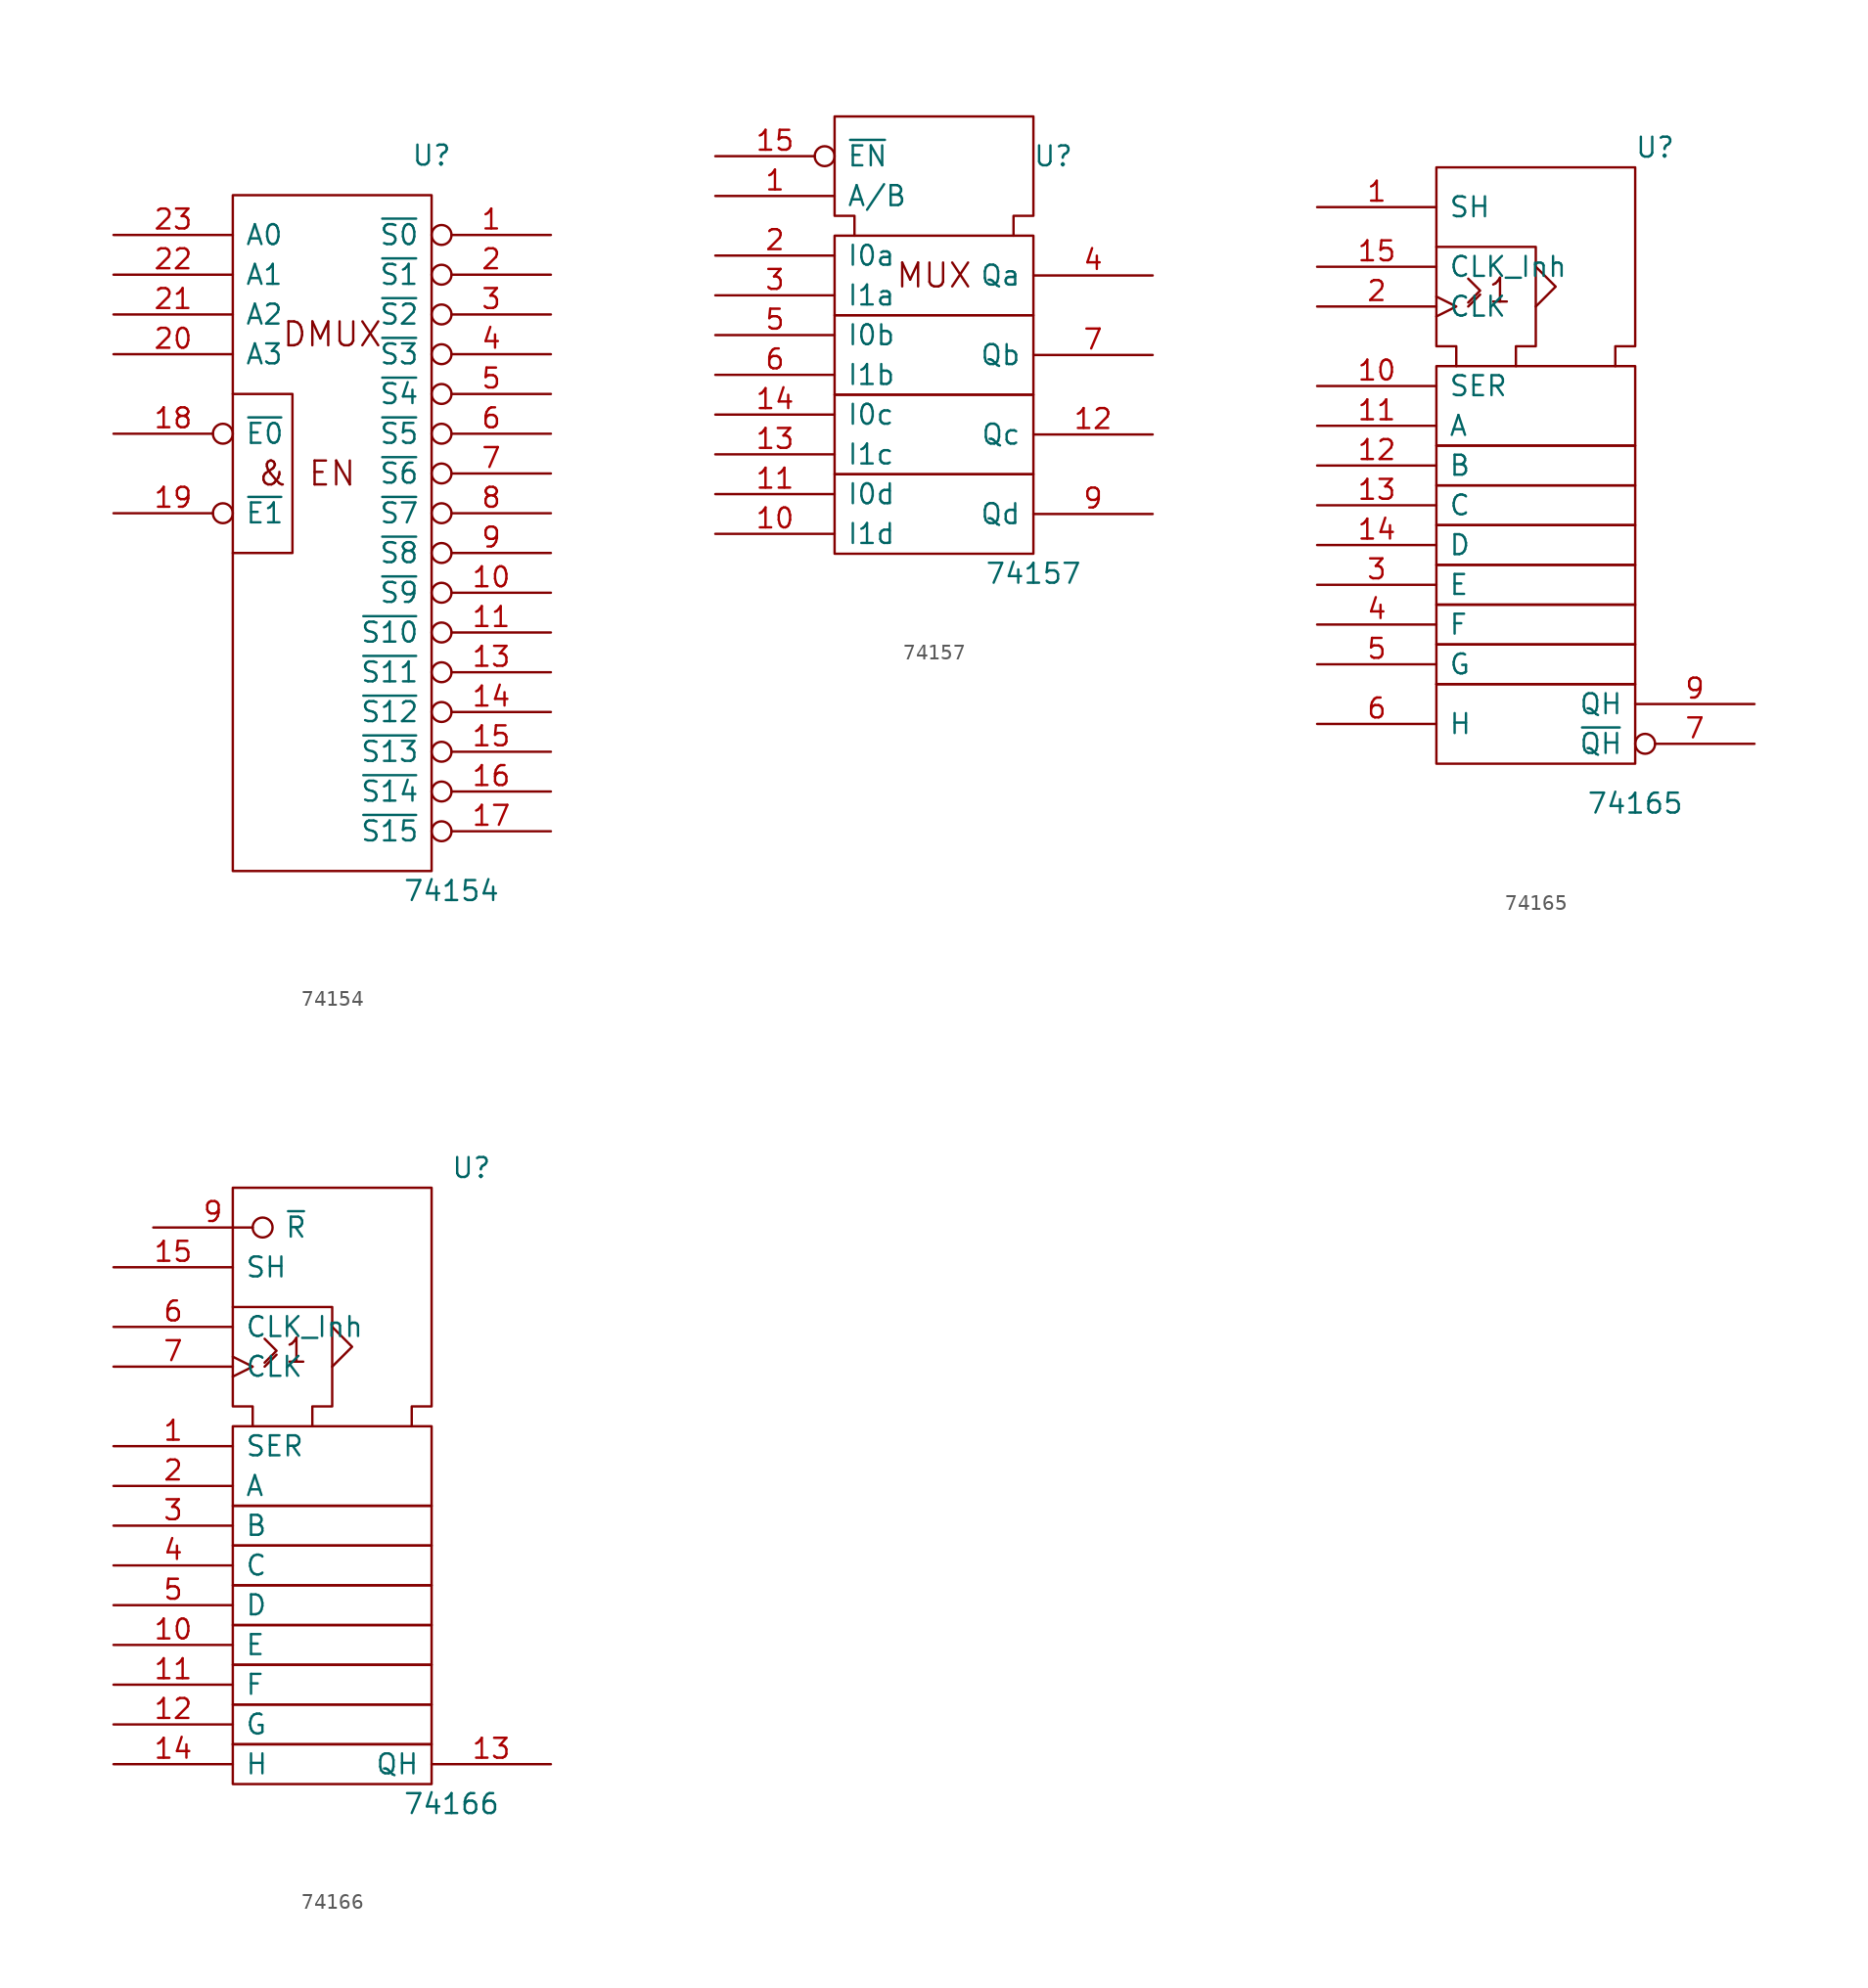
<source format=kicad_sym>
(kicad_symbol_lib
  (version 20201005)
  (generator kicad_symbol_editor)
  (symbol "74154"
    (pin_names
      (offset 0.762))
    (property "Reference" "U"
      (at 6.35 25.4 0)
      (effects (font (size 1.27 1.27))))
    (property "Value" "74154"
      (at 7.62 -21.59 0)
      (effects (font (size 1.27 1.27))))
    (symbol "74154_0_0"
      (text "&" (at -3.81 5.08 0) (effects (font (size 1.524 1.524))))
      (text "DMUX" (at 0 13.97 0) (effects (font (size 1.524 1.524))))
      (text "EN" (at 0 5.08 0) (effects (font (size 1.524 1.524))))
      (rectangle (start -6.35 22.86) (end 6.35 -20.32) (stroke (width 0)) (fill (type none)))
      (polyline (pts (xy -6.35 10.16) (xy -2.54 10.16) (xy -2.54 0) (xy -6.35 0) (xy -6.35 0)) (stroke (width 0)) (fill (type none)))
      (pin power_in line (at 0 -20.32 90) (length 0) hide (name "GND" (effects (font (size 1.27 1.27)))) (number "12" (effects (font (size 1.27 1.27)))))
      (pin power_in line (at 0 22.86 270) (length 0) hide (name "VCC" (effects (font (size 1.27 1.27)))) (number "24" (effects (font (size 1.27 1.27))))))
    (symbol "74154_1_1"
      (pin output inverted (at 13.97 20.32 180) (length 7.62) (name "~S0" (effects (font (size 1.27 1.27)))) (number "1" (effects (font (size 1.27 1.27)))))
      (pin output inverted (at 13.97 -2.54 180) (length 7.62) (name "~S9" (effects (font (size 1.27 1.27)))) (number "10" (effects (font (size 1.27 1.27)))))
      (pin output inverted (at 13.97 -5.08 180) (length 7.62) (name "~S10" (effects (font (size 1.27 1.27)))) (number "11" (effects (font (size 1.27 1.27)))))
      (pin output inverted (at 13.97 -7.62 180) (length 7.62) (name "~S11" (effects (font (size 1.27 1.27)))) (number "13" (effects (font (size 1.27 1.27)))))
      (pin output inverted (at 13.97 -10.16 180) (length 7.62) (name "~S12" (effects (font (size 1.27 1.27)))) (number "14" (effects (font (size 1.27 1.27)))))
      (pin input inverted (at 13.97 -12.7 180) (length 7.62) (name "~S13" (effects (font (size 1.27 1.27)))) (number "15" (effects (font (size 1.27 1.27)))))
      (pin output inverted (at 13.97 -15.24 180) (length 7.62) (name "~S14" (effects (font (size 1.27 1.27)))) (number "16" (effects (font (size 1.27 1.27)))))
      (pin output inverted (at 13.97 -17.78 180) (length 7.62) (name "~S15" (effects (font (size 1.27 1.27)))) (number "17" (effects (font (size 1.27 1.27)))))
      (pin input inverted (at -13.97 7.62 0) (length 7.62) (name "~E0" (effects (font (size 1.27 1.27)))) (number "18" (effects (font (size 1.27 1.27)))))
      (pin input inverted (at -13.97 2.54 0) (length 7.62) (name "~E1" (effects (font (size 1.27 1.27)))) (number "19" (effects (font (size 1.27 1.27)))))
      (pin output inverted (at 13.97 17.78 180) (length 7.62) (name "~S1" (effects (font (size 1.27 1.27)))) (number "2" (effects (font (size 1.27 1.27)))))
      (pin input line (at -13.97 12.7 0) (length 7.62) (name "A3" (effects (font (size 1.27 1.27)))) (number "20" (effects (font (size 1.27 1.27)))))
      (pin input line (at -13.97 15.24 0) (length 7.62) (name "A2" (effects (font (size 1.27 1.27)))) (number "21" (effects (font (size 1.27 1.27)))))
      (pin input line (at -13.97 17.78 0) (length 7.62) (name "A1" (effects (font (size 1.27 1.27)))) (number "22" (effects (font (size 1.27 1.27)))))
      (pin input line (at -13.97 20.32 0) (length 7.62) (name "A0" (effects (font (size 1.27 1.27)))) (number "23" (effects (font (size 1.27 1.27)))))
      (pin output inverted (at 13.97 15.24 180) (length 7.62) (name "~S2" (effects (font (size 1.27 1.27)))) (number "3" (effects (font (size 1.27 1.27)))))
      (pin output inverted (at 13.97 12.7 180) (length 7.62) (name "~S3" (effects (font (size 1.27 1.27)))) (number "4" (effects (font (size 1.27 1.27)))))
      (pin output inverted (at 13.97 10.16 180) (length 7.62) (name "~S4" (effects (font (size 1.27 1.27)))) (number "5" (effects (font (size 1.27 1.27)))))
      (pin output inverted (at 13.97 7.62 180) (length 7.62) (name "~S5" (effects (font (size 1.27 1.27)))) (number "6" (effects (font (size 1.27 1.27)))))
      (pin output inverted (at 13.97 5.08 180) (length 7.62) (name "~S6" (effects (font (size 1.27 1.27)))) (number "7" (effects (font (size 1.27 1.27)))))
      (pin output inverted (at 13.97 2.54 180) (length 7.62) (name "~S7" (effects (font (size 1.27 1.27)))) (number "8" (effects (font (size 1.27 1.27)))))
      (pin output inverted (at 13.97 0 180) (length 7.62) (name "~S8" (effects (font (size 1.27 1.27)))) (number "9" (effects (font (size 1.27 1.27)))))))
  (symbol "74157"
    (pin_names
      (offset 0.762))
    (property "Reference" "U"
      (at 7.62 10.16 0)
      (effects (font (size 1.27 1.27))))
    (property "Value" "74157"
      (at 6.35 -16.51 0)
      (effects (font (size 1.27 1.27))))
    (symbol "74157_0_0"
      (text "MUX" (at 0 2.54 0) (effects (font (size 1.524 1.524))))
      (rectangle (start -6.35 -10.16) (end 6.35 -15.24) (stroke (width 0)) (fill (type none)))
      (rectangle (start -6.35 -5.08) (end 6.35 -10.16) (stroke (width 0)) (fill (type none)))
      (rectangle (start -6.35 0) (end 6.35 -5.08) (stroke (width 0)) (fill (type none)))
      (rectangle (start -6.35 5.08) (end 6.35 0) (stroke (width 0)) (fill (type none)))
      (polyline (pts (xy -5.08 5.08) (xy -5.08 6.35) (xy -6.35 6.35) (xy -6.35 12.7) (xy 6.35 12.7) (xy 6.35 6.35) (xy 5.08 6.35) (xy 5.08 5.08) (xy 5.08 5.08)) (stroke (width 0)) (fill (type none)))
      (pin power_in line (at 3.81 12.7 270) (length 0) hide (name "VCC" (effects (font (size 1.27 1.27)))) (number "16" (effects (font (size 1.27 1.27)))))
      (pin power_in line (at 0 12.7 270) (length 0) hide (name "GND" (effects (font (size 1.27 1.27)))) (number "8" (effects (font (size 1.27 1.27))))))
    (symbol "74157_1_1"
      (pin input line (at -13.97 7.62 0) (length 7.62) (name "A/B" (effects (font (size 1.27 1.27)))) (number "1" (effects (font (size 1.27 1.27)))))
      (pin input line (at -13.97 -13.97 0) (length 7.62) (name "I1d" (effects (font (size 1.27 1.27)))) (number "10" (effects (font (size 1.27 1.27)))))
      (pin input line (at -13.97 -11.43 0) (length 7.62) (name "I0d" (effects (font (size 1.27 1.27)))) (number "11" (effects (font (size 1.27 1.27)))))
      (pin output line (at 13.97 -7.62 180) (length 7.62) (name "Qc" (effects (font (size 1.27 1.27)))) (number "12" (effects (font (size 1.27 1.27)))))
      (pin input line (at -13.97 -8.89 0) (length 7.62) (name "I1c" (effects (font (size 1.27 1.27)))) (number "13" (effects (font (size 1.27 1.27)))))
      (pin input line (at -13.97 -6.35 0) (length 7.62) (name "I0c" (effects (font (size 1.27 1.27)))) (number "14" (effects (font (size 1.27 1.27)))))
      (pin input inverted (at -13.97 10.16 0) (length 7.62) (name "~EN" (effects (font (size 1.27 1.27)))) (number "15" (effects (font (size 1.27 1.27)))))
      (pin input line (at -13.97 3.81 0) (length 7.62) (name "I0a" (effects (font (size 1.27 1.27)))) (number "2" (effects (font (size 1.27 1.27)))))
      (pin input line (at -13.97 1.27 0) (length 7.62) (name "I1a" (effects (font (size 1.27 1.27)))) (number "3" (effects (font (size 1.27 1.27)))))
      (pin output line (at 13.97 2.54 180) (length 7.62) (name "Qa" (effects (font (size 1.27 1.27)))) (number "4" (effects (font (size 1.27 1.27)))))
      (pin input line (at -13.97 -1.27 0) (length 7.62) (name "I0b" (effects (font (size 1.27 1.27)))) (number "5" (effects (font (size 1.27 1.27)))))
      (pin input line (at -13.97 -3.81 0) (length 7.62) (name "I1b" (effects (font (size 1.27 1.27)))) (number "6" (effects (font (size 1.27 1.27)))))
      (pin output line (at 13.97 -2.54 180) (length 7.62) (name "Qb" (effects (font (size 1.27 1.27)))) (number "7" (effects (font (size 1.27 1.27)))))
      (pin output line (at 13.97 -12.7 180) (length 7.62) (name "Qd" (effects (font (size 1.27 1.27)))) (number "9" (effects (font (size 1.27 1.27)))))))
  (symbol "74165"
    (pin_names
      (offset 0.762))
    (property "Reference" "U"
      (at 7.62 15.24 0)
      (effects (font (size 1.27 1.27))))
    (property "Value" "74165"
      (at 6.35 -26.67 0)
      (effects (font (size 1.27 1.27))))
    (symbol "74165_0_0"
      (text "1" (at -2.286 6.096 0) (effects (font (size 1.524 1.524))))
      (rectangle (start -6.35 -19.05) (end -6.35 -19.05) (stroke (width 0)) (fill (type none)))
      (rectangle (start -6.35 -19.05) (end 6.35 -24.13) (stroke (width 0)) (fill (type none)))
      (rectangle (start -6.35 -16.51) (end 6.35 -19.05) (stroke (width 0)) (fill (type none)))
      (rectangle (start -6.35 -13.97) (end 6.35 -16.51) (stroke (width 0)) (fill (type none)))
      (rectangle (start -6.35 -11.43) (end 6.35 -13.97) (stroke (width 0)) (fill (type none)))
      (rectangle (start -6.35 -8.89) (end 6.35 -11.43) (stroke (width 0)) (fill (type none)))
      (rectangle (start -6.35 -6.35) (end 6.35 -8.89) (stroke (width 0)) (fill (type none)))
      (rectangle (start -6.35 -3.81) (end 6.35 -6.35) (stroke (width 0)) (fill (type none)))
      (rectangle (start -6.35 1.27) (end 6.35 -3.81) (stroke (width 0)) (fill (type none)))
      (polyline (pts (xy -4.318 5.08) (xy -3.556 5.842) (xy -3.556 5.842)) (stroke (width 0)) (fill (type none)))
      (polyline (pts (xy -4.318 6.858) (xy -3.556 6.096) (xy -4.318 5.334) (xy -4.318 5.334)) (stroke (width 0)) (fill (type none)))
      (polyline (pts (xy 0 7.62) (xy 1.27 6.35) (xy 0 5.08) (xy 0 5.08)) (stroke (width 0)) (fill (type none)))
      (polyline (pts (xy -6.35 8.89) (xy 0 8.89) (xy 0 2.54) (xy -1.27 2.54) (xy -1.27 1.27) (xy -1.27 1.27)) (stroke (width 0)) (fill (type none)))
      (polyline (pts (xy -5.08 1.27) (xy -5.08 2.54) (xy -6.35 2.54) (xy -6.35 13.97) (xy 6.35 13.97) (xy 6.35 2.54) (xy 5.08 2.54) (xy 5.08 1.27) (xy 5.08 1.27)) (stroke (width 0)) (fill (type none))))
    (symbol "74165_0_1"
      (pin power_in line (at 0 13.97 270) (length 0) hide (name "GND" (effects (font (size 1.27 1.27)))) (number "8" (effects (font (size 1.27 1.27))))))
    (symbol "74165_1_1"
      (pin input line (at -13.97 11.43 0) (length 7.62) (name "SH" (effects (font (size 1.27 1.27)))) (number "1" (effects (font (size 1.27 1.27)))))
      (pin input line (at -13.97 0 0) (length 7.62) (name "SER" (effects (font (size 1.27 1.27)))) (number "10" (effects (font (size 1.27 1.27)))))
      (pin input line (at -13.97 -2.54 0) (length 7.62) (name "A" (effects (font (size 1.27 1.27)))) (number "11" (effects (font (size 1.27 1.27)))))
      (pin input line (at -13.97 -5.08 0) (length 7.62) (name "B" (effects (font (size 1.27 1.27)))) (number "12" (effects (font (size 1.27 1.27)))))
      (pin input line (at -13.97 -7.62 0) (length 7.62) (name "C" (effects (font (size 1.27 1.27)))) (number "13" (effects (font (size 1.27 1.27)))))
      (pin input line (at -13.97 -10.16 0) (length 7.62) (name "D" (effects (font (size 1.27 1.27)))) (number "14" (effects (font (size 1.27 1.27)))))
      (pin input line (at -13.97 7.62 0) (length 7.62) (name "CLK_Inh" (effects (font (size 1.27 1.27)))) (number "15" (effects (font (size 1.27 1.27)))))
      (pin power_in line (at 5.08 13.97 270) (length 0) hide (name "VCC" (effects (font (size 1.27 1.27)))) (number "16" (effects (font (size 1.27 1.27)))))
      (pin input clock (at -13.97 5.08 0) (length 7.62) (name "CLK" (effects (font (size 1.27 1.27)))) (number "2" (effects (font (size 1.27 1.27)))))
      (pin input line (at -13.97 -12.7 0) (length 7.62) (name "E" (effects (font (size 1.27 1.27)))) (number "3" (effects (font (size 1.27 1.27)))))
      (pin input line (at -13.97 -15.24 0) (length 7.62) (name "F" (effects (font (size 1.27 1.27)))) (number "4" (effects (font (size 1.27 1.27)))))
      (pin input line (at -13.97 -17.78 0) (length 7.62) (name "G" (effects (font (size 1.27 1.27)))) (number "5" (effects (font (size 1.27 1.27)))))
      (pin input line (at -13.97 -21.59 0) (length 7.62) (name "H" (effects (font (size 1.27 1.27)))) (number "6" (effects (font (size 1.27 1.27)))))
      (pin output inverted (at 13.97 -22.86 180) (length 7.62) (name "~QH" (effects (font (size 1.27 1.27)))) (number "7" (effects (font (size 1.27 1.27)))))
      (pin tri_state line (at 13.97 -20.32 180) (length 7.62) (name "QH" (effects (font (size 1.27 1.27)))) (number "9" (effects (font (size 1.27 1.27)))))))
  (symbol "74166"
    (pin_names
      (offset 0.762))
    (property "Reference" "U"
      (at 8.89 17.78 0)
      (effects (font (size 1.27 1.27))))
    (property "Value" "74166"
      (at 7.62 -22.86 0)
      (effects (font (size 1.27 1.27))))
    (symbol "74166_0_0"
      (text "1" (at -2.286 6.096 0) (effects (font (size 1.524 1.524))))
      (rectangle (start -6.35 -19.05) (end -6.35 -19.05) (stroke (width 0)) (fill (type none)))
      (rectangle (start -6.35 -19.05) (end 6.35 -21.59) (stroke (width 0)) (fill (type none)))
      (rectangle (start -6.35 -16.51) (end 6.35 -19.05) (stroke (width 0)) (fill (type none)))
      (rectangle (start -6.35 -13.97) (end 6.35 -16.51) (stroke (width 0)) (fill (type none)))
      (rectangle (start -6.35 -11.43) (end 6.35 -13.97) (stroke (width 0)) (fill (type none)))
      (rectangle (start -6.35 -8.89) (end 6.35 -11.43) (stroke (width 0)) (fill (type none)))
      (rectangle (start -6.35 -6.35) (end 6.35 -8.89) (stroke (width 0)) (fill (type none)))
      (rectangle (start -6.35 -3.81) (end 6.35 -6.35) (stroke (width 0)) (fill (type none)))
      (rectangle (start -6.35 1.27) (end 6.35 -3.81) (stroke (width 0)) (fill (type none)))
      (polyline (pts (xy -4.318 5.08) (xy -3.556 5.842) (xy -3.556 5.842)) (stroke (width 0)) (fill (type none)))
      (polyline (pts (xy -4.318 6.858) (xy -3.556 6.096) (xy -4.318 5.334) (xy -4.318 5.334)) (stroke (width 0)) (fill (type none)))
      (polyline (pts (xy 0 7.62) (xy 1.27 6.35) (xy 0 5.08) (xy 0 5.08)) (stroke (width 0)) (fill (type none)))
      (polyline (pts (xy -6.35 8.89) (xy 0 8.89) (xy 0 2.54) (xy -1.27 2.54) (xy -1.27 1.27) (xy -1.27 1.27)) (stroke (width 0)) (fill (type none)))
      (polyline (pts (xy -5.08 1.27) (xy -5.08 2.54) (xy -6.35 2.54) (xy -6.35 16.51) (xy 6.35 16.51) (xy 6.35 2.54) (xy 5.08 2.54) (xy 5.08 1.27) (xy 5.08 1.27)) (stroke (width 0)) (fill (type none))))
    (symbol "74166_0_1"
      (pin power_in line (at 1.27 16.51 270) (length 0) hide (name "GND" (effects (font (size 1.27 1.27)))) (number "8" (effects (font (size 1.27 1.27))))))
    (symbol "74166_1_1"
      (pin input line (at -13.97 0 0) (length 7.62) (name "SER" (effects (font (size 1.27 1.27)))) (number "1" (effects (font (size 1.27 1.27)))))
      (pin input line (at -13.97 -12.7 0) (length 7.62) (name "E" (effects (font (size 1.27 1.27)))) (number "10" (effects (font (size 1.27 1.27)))))
      (pin input line (at -13.97 -15.24 0) (length 7.62) (name "F" (effects (font (size 1.27 1.27)))) (number "11" (effects (font (size 1.27 1.27)))))
      (pin input line (at -13.97 -17.78 0) (length 7.62) (name "G" (effects (font (size 1.27 1.27)))) (number "12" (effects (font (size 1.27 1.27)))))
      (pin tri_state line (at 13.97 -20.32 180) (length 7.62) (name "QH" (effects (font (size 1.27 1.27)))) (number "13" (effects (font (size 1.27 1.27)))))
      (pin input line (at -13.97 -20.32 0) (length 7.62) (name "H" (effects (font (size 1.27 1.27)))) (number "14" (effects (font (size 1.27 1.27)))))
      (pin input line (at -13.97 11.43 0) (length 7.62) (name "SH" (effects (font (size 1.27 1.27)))) (number "15" (effects (font (size 1.27 1.27)))))
      (pin power_in line (at 5.08 16.51 270) (length 0) hide (name "VCC" (effects (font (size 1.27 1.27)))) (number "16" (effects (font (size 1.27 1.27)))))
      (pin input line (at -13.97 -2.54 0) (length 7.62) (name "A" (effects (font (size 1.27 1.27)))) (number "2" (effects (font (size 1.27 1.27)))))
      (pin input line (at -13.97 -5.08 0) (length 7.62) (name "B" (effects (font (size 1.27 1.27)))) (number "3" (effects (font (size 1.27 1.27)))))
      (pin input line (at -13.97 -7.62 0) (length 7.62) (name "C" (effects (font (size 1.27 1.27)))) (number "4" (effects (font (size 1.27 1.27)))))
      (pin input line (at -13.97 -10.16 0) (length 7.62) (name "D" (effects (font (size 1.27 1.27)))) (number "5" (effects (font (size 1.27 1.27)))))
      (pin input line (at -13.97 7.62 0) (length 7.62) (name "CLK_Inh" (effects (font (size 1.27 1.27)))) (number "6" (effects (font (size 1.27 1.27)))))
      (pin input clock (at -13.97 5.08 0) (length 7.62) (name "CLK" (effects (font (size 1.27 1.27)))) (number "7" (effects (font (size 1.27 1.27)))))
      (pin input inverted (at -11.43 13.97 0) (length 7.62) (name "~R" (effects (font (size 1.27 1.27)))) (number "9" (effects (font (size 1.27 1.27))))))))
</source>
